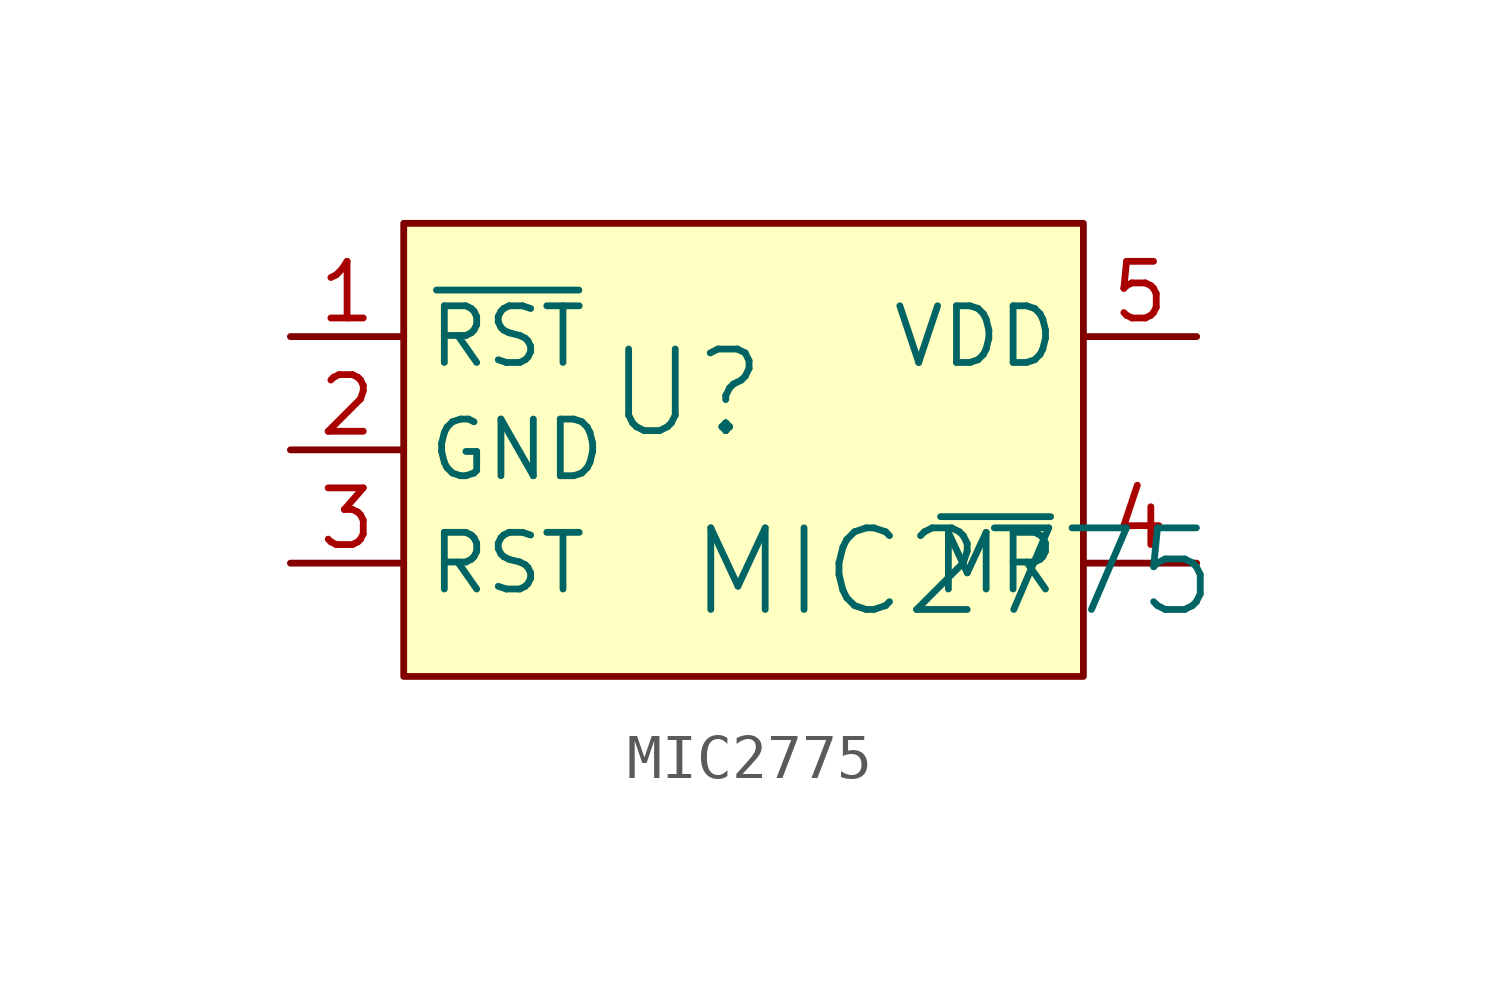
<source format=kicad_sym>
(kicad_symbol_lib
  (version 20241209)
  (generator "kicad_symbol_editor")
  (generator_version "9.0")
  (symbol "MIC2775"
    (property "Reference" "U"
      (at -1.27 1.27 0)
      (effects (font (size 1.829 1.829))))
    (property "Value" "MIC2775"
      (at -1.27 -3.81 0)
      (effects (font (size 1.829 1.829)) (justify left bottom)))
    (symbol "MIC2775_1_0"
      (rectangle (start 7.62 5.08) (end -7.62 -5.08) (stroke (width 0) (type solid) (color 128 0 0 1)) (fill (type background)))
      (pin passive line (at -10.16 2.54 0) (length 2.54) (name "~{RST}" (effects (font (size 1.27 1.27)))) (number "1" (effects (font (size 1.27 1.27)))))
      (pin passive line (at -10.16 0 0) (length 2.54) (name "GND" (effects (font (size 1.27 1.27)))) (number "2" (effects (font (size 1.27 1.27)))))
      (pin passive line (at -10.16 -2.54 0) (length 2.54) (name "RST" (effects (font (size 1.27 1.27)))) (number "3" (effects (font (size 1.27 1.27)))))
      (pin passive line (at 10.16 2.54 180) (length 2.54) (name "VDD" (effects (font (size 1.27 1.27)))) (number "5" (effects (font (size 1.27 1.27)))))
      (pin passive line (at 10.16 -2.54 180) (length 2.54) (name "~{MR}" (effects (font (size 1.27 1.27)))) (number "4" (effects (font (size 1.27 1.27))))))))
</source>
